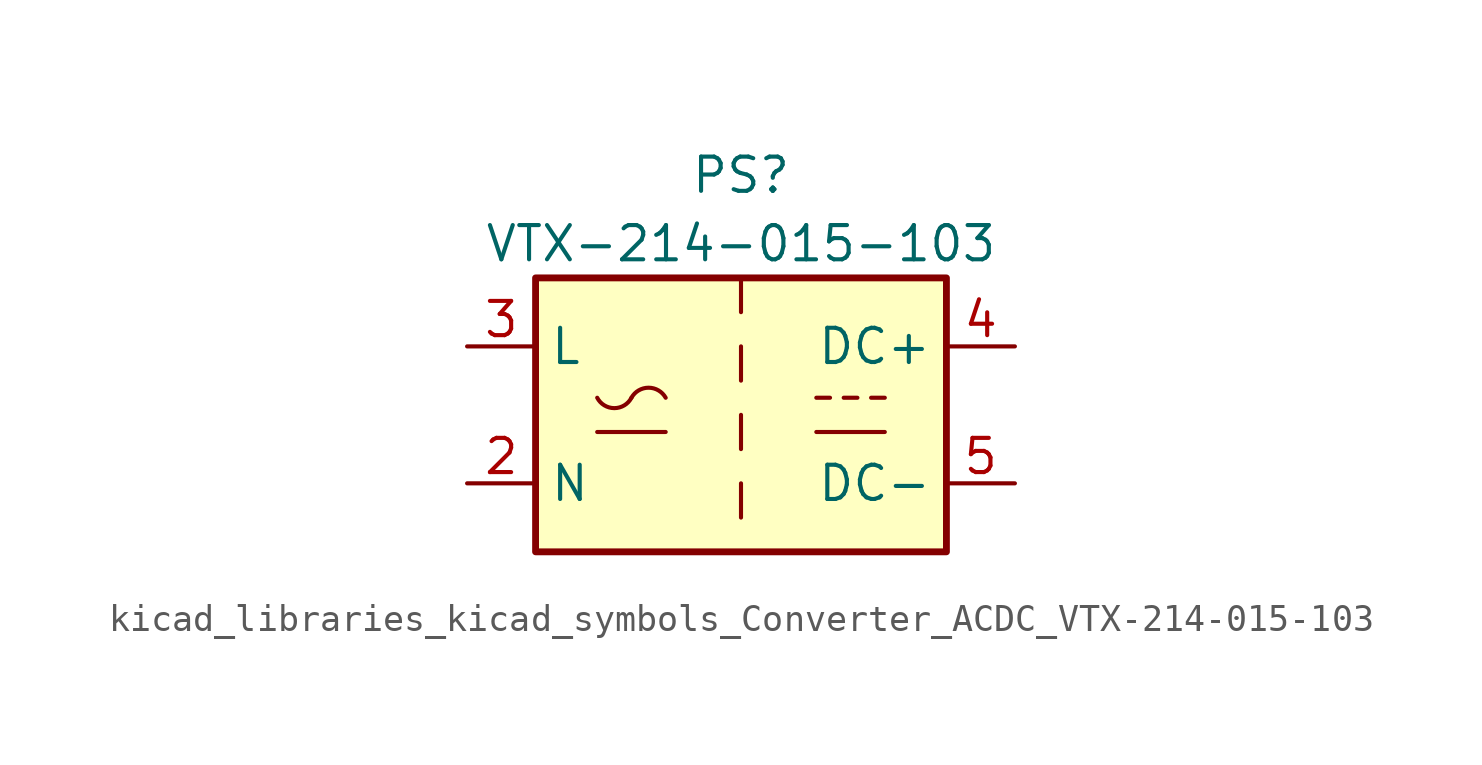
<source format=kicad_sym>
(kicad_symbol_lib
  (version 20220914)
  (generator kicad_symbol_editor)
  (symbol "kicad_libraries_kicad_symbols_Converter_ACDC_VTX-214-015-103"
    (property "Reference" "PS"
      (at 0 8.89 0)
      (effects (font (size 1.27 1.27))))
    (property "Value" "VTX-214-015-103"
      (at 0 6.35 0)
      (effects (font (size 1.27 1.27))))
    (symbol "kicad_libraries_kicad_symbols_Converter_ACDC_VTX-214-015-103_0_1"
      (rectangle (start -7.62 5.08) (end 7.62 -5.08) (stroke (width 0.254) (type default)) (fill (type background)))
      (arc (start -5.334 0.635) (mid -4.699 0.2495) (end -4.064 0.635) (stroke (width 0) (type default)) (fill (type none)))
      (arc (start -2.794 0.635) (mid -3.429 1.0072) (end -4.064 0.635) (stroke (width 0) (type default)) (fill (type none)))
      (polyline (pts (xy -5.334 -0.635) (xy -2.794 -0.635)) (stroke (width 0) (type default)) (fill (type none)))
      (polyline (pts (xy 2.794 -0.635) (xy 5.334 -0.635)) (stroke (width 0) (type default)) (fill (type none)))
      (polyline (pts (xy 2.794 0.635) (xy 3.302 0.635)) (stroke (width 0) (type default)) (fill (type none)))
      (polyline (pts (xy 3.81 0.635) (xy 4.318 0.635)) (stroke (width 0) (type default)) (fill (type none)))
      (polyline (pts (xy 4.826 0.635) (xy 5.334 0.635)) (stroke (width 0) (type default)) (fill (type none))))
    (symbol "kicad_libraries_kicad_symbols_Converter_ACDC_VTX-214-015-103_1_1"
      (polyline (pts (xy 0 -2.54) (xy 0 -3.81)) (stroke (width 0) (type default)) (fill (type none)))
      (polyline (pts (xy 0 0) (xy 0 -1.27)) (stroke (width 0) (type default)) (fill (type none)))
      (polyline (pts (xy 0 2.54) (xy 0 1.27)) (stroke (width 0) (type default)) (fill (type none)))
      (polyline (pts (xy 0 5.08) (xy 0 3.81)) (stroke (width 0) (type default)) (fill (type none)))
      (pin no_connect line (at 0 -5.08 90) (length 2.54) hide (name "FG" (effects (font (size 1.27 1.27)))) (number "1" (effects (font (size 1.27 1.27)))))
      (pin power_in line (at -10.16 -2.54 0) (length 2.54) (name "N" (effects (font (size 1.27 1.27)))) (number "2" (effects (font (size 1.27 1.27)))))
      (pin power_in line (at -10.16 2.54 0) (length 2.54) (name "L" (effects (font (size 1.27 1.27)))) (number "3" (effects (font (size 1.27 1.27)))))
      (pin power_out line (at 10.16 2.54 180) (length 2.54) (name "DC+" (effects (font (size 1.27 1.27)))) (number "4" (effects (font (size 1.27 1.27)))))
      (pin power_out line (at 10.16 -2.54 180) (length 2.54) (name "DC-" (effects (font (size 1.27 1.27)))) (number "5" (effects (font (size 1.27 1.27))))))))
</source>
